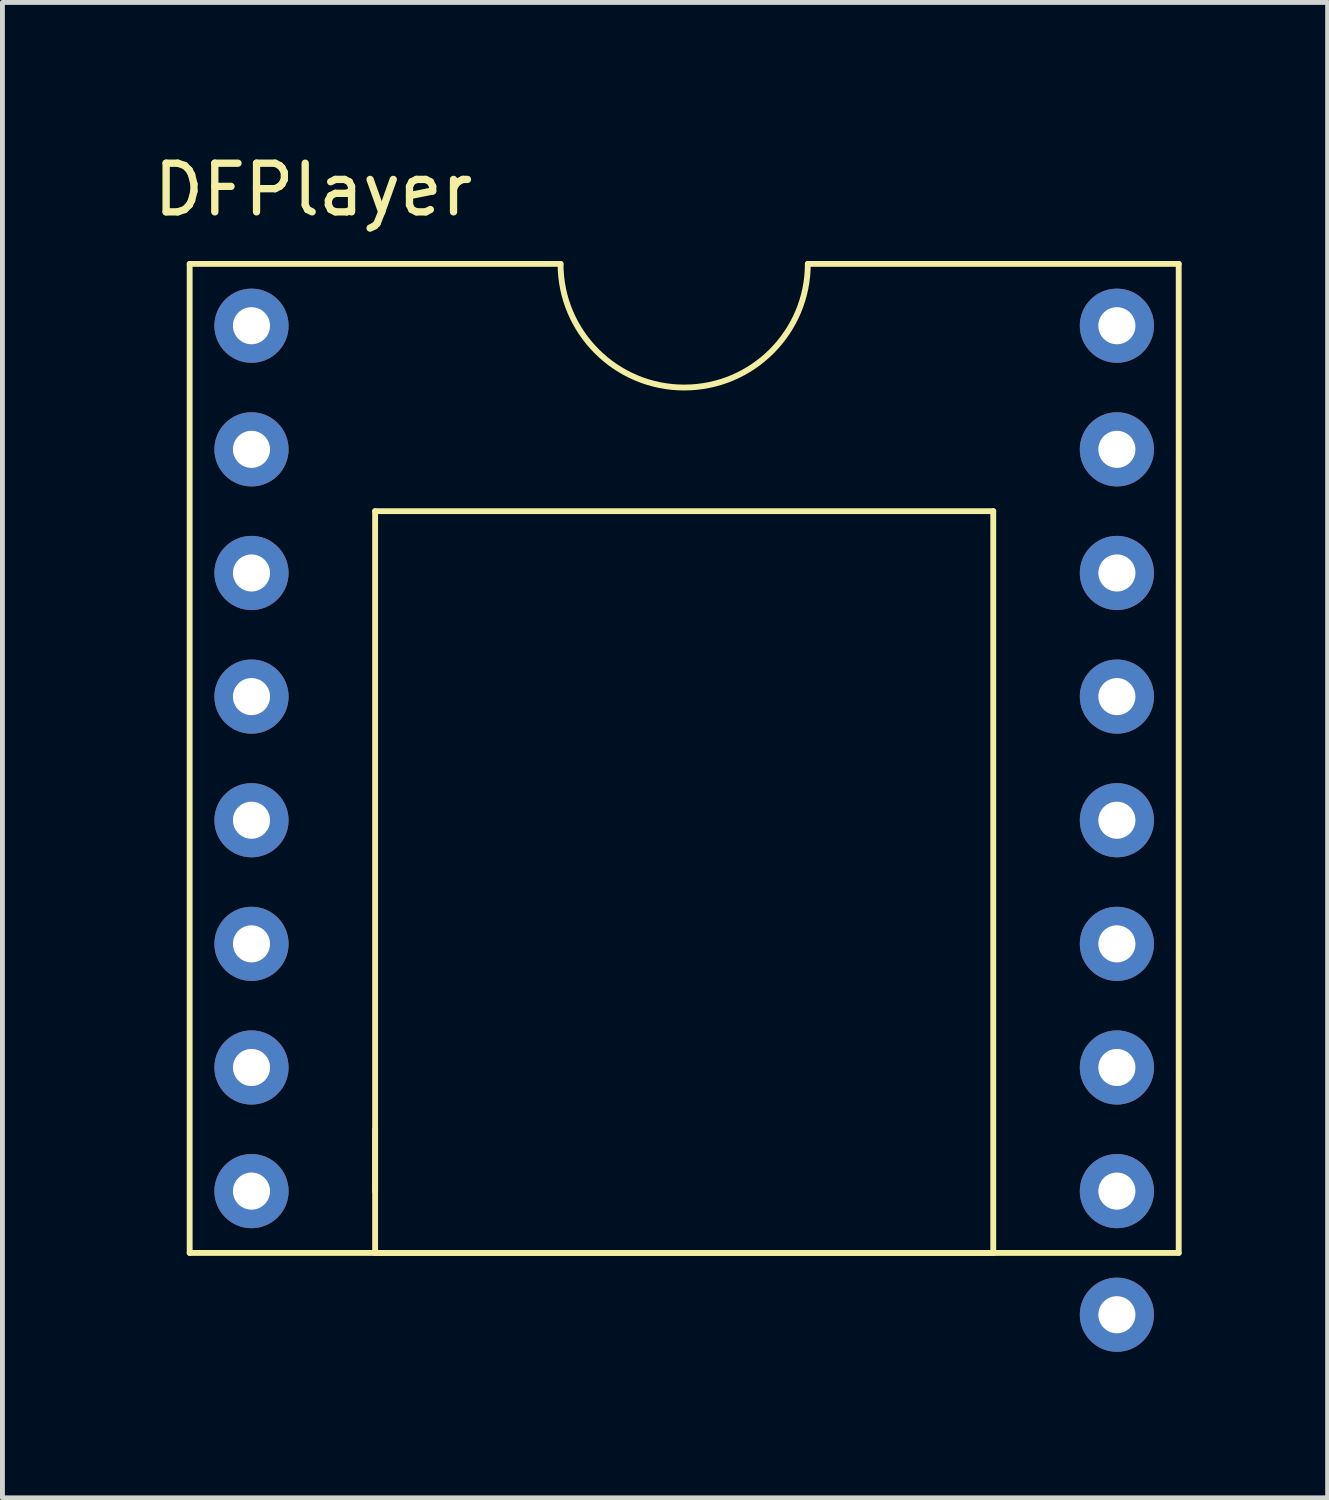
<source format=kicad_pcb>
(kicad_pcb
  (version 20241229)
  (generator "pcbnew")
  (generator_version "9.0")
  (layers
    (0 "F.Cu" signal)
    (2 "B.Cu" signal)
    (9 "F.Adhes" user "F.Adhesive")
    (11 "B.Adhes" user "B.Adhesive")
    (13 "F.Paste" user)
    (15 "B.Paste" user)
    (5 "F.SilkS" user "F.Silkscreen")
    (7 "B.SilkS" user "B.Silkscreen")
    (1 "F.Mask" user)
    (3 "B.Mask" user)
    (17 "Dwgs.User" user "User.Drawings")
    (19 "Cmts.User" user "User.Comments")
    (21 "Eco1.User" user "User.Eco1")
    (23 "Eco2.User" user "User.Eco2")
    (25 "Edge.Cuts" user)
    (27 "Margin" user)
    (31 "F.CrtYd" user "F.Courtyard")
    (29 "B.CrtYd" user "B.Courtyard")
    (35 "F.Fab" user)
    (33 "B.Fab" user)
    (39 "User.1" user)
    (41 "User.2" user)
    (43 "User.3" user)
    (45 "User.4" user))
  (footprint "DFPlayer"
    (layer "F.Cu")
    (at 11.007 9.992)
    (property "Reference" "DFPlayer" (at -7.62 -9.144 0) (layer "F.SilkS") (effects (font (size 1 1) (thickness 0.15))))
    (attr through_hole)
    (fp_line (start -10.16 -7.62) (end -2.54 -7.62) (stroke (width 0.12) (type solid)) (layer "F.SilkS"))
    (fp_line (start -10.16 12.7) (end -10.16 -7.62) (stroke (width 0.12) (type solid)) (layer "F.SilkS"))
    (fp_line (start -6.35 -2.54) (end 6.35 -2.54) (stroke (width 0.12) (type solid)) (layer "F.SilkS"))
    (fp_line (start -6.35 11.43) (end -6.35 -2.54) (stroke (width 0.12) (type solid)) (layer "F.SilkS"))
    (fp_line (start -6.35 11.43) (end -6.35 10.16) (stroke (width 0.12) (type solid)) (layer "F.SilkS"))
    (fp_line (start -6.35 12.7) (end -6.35 11.43) (stroke (width 0.12) (type solid)) (layer "F.SilkS"))
    (fp_line (start 2.54 -7.62) (end 10.16 -7.62) (stroke (width 0.12) (type solid)) (layer "F.SilkS"))
    (fp_line (start 6.35 -2.54) (end 6.35 12.7) (stroke (width 0.12) (type solid)) (layer "F.SilkS"))
    (fp_line (start 6.35 12.7) (end -6.35 12.7) (stroke (width 0.12) (type solid)) (layer "F.SilkS"))
    (fp_line (start 10.16 -7.62) (end 10.16 12.7) (stroke (width 0.12) (type solid)) (layer "F.SilkS"))
    (fp_line (start 10.16 12.7) (end -10.16 12.7) (stroke (width 0.12) (type solid)) (layer "F.SilkS"))
    (fp_arc (start 2.54 -7.62) (mid 0 -5.08) (end -2.54 -7.62) (stroke (width 0.12) (type solid)) (layer "F.SilkS"))
    (pad "1" thru_hole circle (at -8.89 -6.35) (size 1.524 1.524) (drill 0.762) (layers "*.Cu" "*.Mask"))
    (pad "2" thru_hole circle (at -8.89 -3.81) (size 1.524 1.524) (drill 0.762) (layers "*.Cu" "*.Mask"))
    (pad "3" thru_hole circle (at -8.89 -1.27) (size 1.524 1.524) (drill 0.762) (layers "*.Cu" "*.Mask"))
    (pad "4" thru_hole circle (at -8.89 1.27) (size 1.524 1.524) (drill 0.762) (layers "*.Cu" "*.Mask"))
    (pad "5" thru_hole circle (at -8.89 3.81) (size 1.524 1.524) (drill 0.762) (layers "*.Cu" "*.Mask"))
    (pad "6" thru_hole circle (at -8.89 6.35) (size 1.524 1.524) (drill 0.762) (layers "*.Cu" "*.Mask"))
    (pad "7" thru_hole circle (at -8.89 8.89) (size 1.524 1.524) (drill 0.762) (layers "*.Cu" "*.Mask"))
    (pad "8" thru_hole circle (at -8.89 11.43) (size 1.524 1.524) (drill 0.762) (layers "*.Cu" "*.Mask"))
    (pad "9" thru_hole circle (at 8.89 11.43) (size 1.524 1.524) (drill 0.762) (layers "*.Cu" "*.Mask"))
    (pad "10" thru_hole circle (at 8.89 8.89) (size 1.524 1.524) (drill 0.762) (layers "*.Cu" "*.Mask"))
    (pad "11" thru_hole circle (at 8.89 6.35) (size 1.524 1.524) (drill 0.762) (layers "*.Cu" "*.Mask"))
    (pad "12" thru_hole circle (at 8.89 3.81) (size 1.524 1.524) (drill 0.762) (layers "*.Cu" "*.Mask"))
    (pad "13" thru_hole circle (at 8.89 1.27) (size 1.524 1.524) (drill 0.762) (layers "*.Cu" "*.Mask"))
    (pad "14" thru_hole circle (at 8.89 -1.27) (size 1.524 1.524) (drill 0.762) (layers "*.Cu" "*.Mask"))
    (pad "15" thru_hole circle (at 8.89 -3.81) (size 1.524 1.524) (drill 0.762) (layers "*.Cu" "*.Mask"))
    (pad "16" thru_hole circle (at 8.89 -6.35) (size 1.524 1.524) (drill 0.762) (layers "*.Cu" "*.Mask"))
    (pad "17" thru_hole circle (at 8.89 13.97) (size 1.524 1.524) (drill 0.762) (layers "*.Cu" "*.Mask")))
  (gr_rect
    (start -3 -3)
    (end 24.227 27.724)
    (stroke (width 0.1) (type default))
    (fill no)
    (layer "Edge.Cuts")))
</source>
